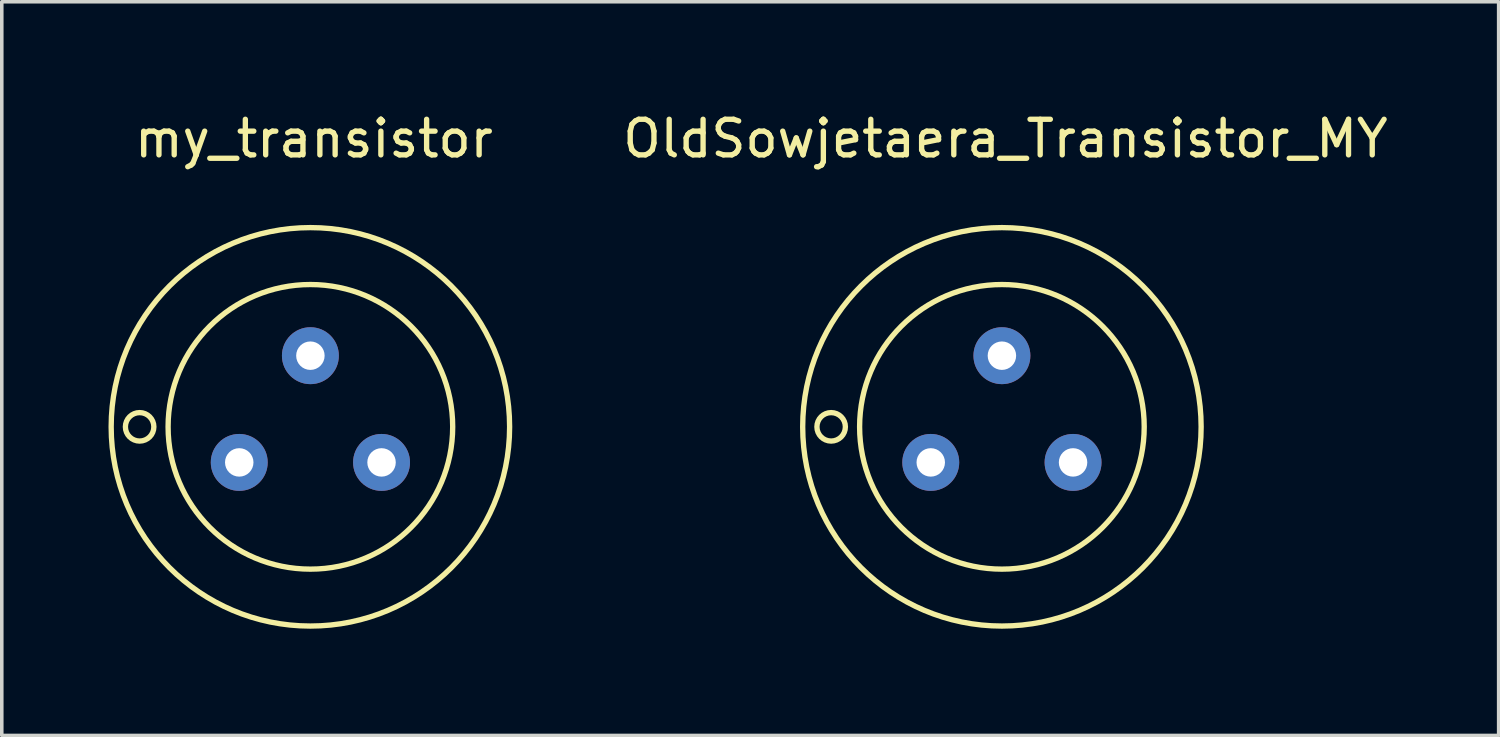
<source format=kicad_pcb>
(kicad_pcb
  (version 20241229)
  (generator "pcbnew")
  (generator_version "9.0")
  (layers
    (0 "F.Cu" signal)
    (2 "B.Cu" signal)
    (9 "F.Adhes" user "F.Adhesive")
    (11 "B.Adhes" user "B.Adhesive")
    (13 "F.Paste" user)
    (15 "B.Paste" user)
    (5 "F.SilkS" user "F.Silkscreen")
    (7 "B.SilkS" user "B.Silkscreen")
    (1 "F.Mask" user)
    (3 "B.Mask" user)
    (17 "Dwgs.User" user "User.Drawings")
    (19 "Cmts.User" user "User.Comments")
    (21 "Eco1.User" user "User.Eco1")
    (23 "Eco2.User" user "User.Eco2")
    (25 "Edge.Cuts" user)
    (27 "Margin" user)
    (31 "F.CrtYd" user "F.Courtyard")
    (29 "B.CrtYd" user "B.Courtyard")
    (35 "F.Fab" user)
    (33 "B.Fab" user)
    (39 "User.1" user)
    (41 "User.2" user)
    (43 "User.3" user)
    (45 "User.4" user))
  (footprint "my_transistor"
    (layer "F.Cu")
    (at 5.675 8.948)
    (property "Reference" "my_transistor" (at 0.1 -8.1 0) (layer "F.SilkS") (effects (font (size 1 1) (thickness 0.15))))
    (attr through_hole)
    (fp_circle (center -4.8 0) (end -4.8 0.4) (stroke (width 0.15) (type solid)) (fill no) (layer "F.SilkS"))
    (fp_circle (center 0 0) (end 4 0) (stroke (width 0.15) (type solid)) (fill no) (layer "F.SilkS"))
    (fp_circle (center 0 0) (end 5.6 0) (stroke (width 0.15) (type solid)) (fill no) (layer "F.SilkS"))
    (pad "1" thru_hole circle (at -2 1 90) (size 1.6 1.6) (drill 0.8) (layers "*.Cu" "*.Mask"))
    (pad "2" thru_hole circle (at 0 -2) (size 1.6 1.6) (drill 0.8) (layers "*.Cu" "*.Mask"))
    (pad "3" thru_hole circle (at 2 1 90) (size 1.6 1.6) (drill 0.8) (layers "*.Cu" "*.Mask")))
  (footprint "OldSowjetaera_Transistor_MY"
    (layer "F.Cu")
    (at 25.113 8.948)
    (property "Reference" "OldSowjetaera_Transistor_MY" (at 0.1 -8.1 0) (layer "F.SilkS") (effects (font (size 1 1) (thickness 0.15))))
    (attr through_hole)
    (fp_circle (center -4.8 0) (end -4.8 0.4) (stroke (width 0.15) (type solid)) (fill no) (layer "F.SilkS"))
    (fp_circle (center 0 0) (end 4 0) (stroke (width 0.15) (type solid)) (fill no) (layer "F.SilkS"))
    (fp_circle (center 0 0) (end 5.6 0) (stroke (width 0.15) (type solid)) (fill no) (layer "F.SilkS"))
    (pad "1" thru_hole circle (at -2 1 90) (size 1.6 1.6) (drill 0.8) (layers "*.Cu" "*.Mask"))
    (pad "2" thru_hole circle (at 0 -2) (size 1.6 1.6) (drill 0.8) (layers "*.Cu" "*.Mask"))
    (pad "3" thru_hole circle (at 2 1 90) (size 1.6 1.6) (drill 0.8) (layers "*.Cu" "*.Mask")))
  (gr_rect
    (start -3 -3)
    (end 39.076 17.623)
    (stroke (width 0.1) (type default))
    (fill no)
    (layer "Edge.Cuts")))
</source>
